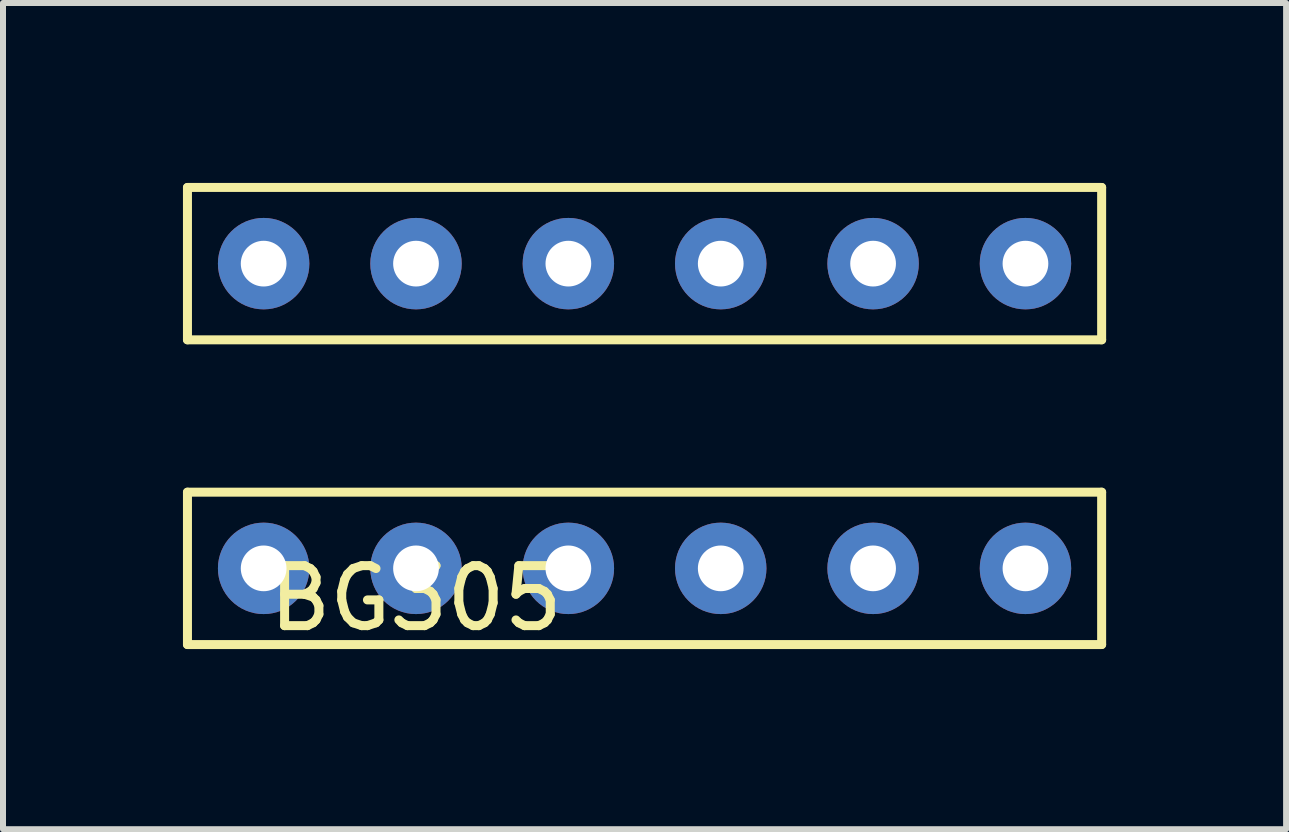
<source format=kicad_pcb>
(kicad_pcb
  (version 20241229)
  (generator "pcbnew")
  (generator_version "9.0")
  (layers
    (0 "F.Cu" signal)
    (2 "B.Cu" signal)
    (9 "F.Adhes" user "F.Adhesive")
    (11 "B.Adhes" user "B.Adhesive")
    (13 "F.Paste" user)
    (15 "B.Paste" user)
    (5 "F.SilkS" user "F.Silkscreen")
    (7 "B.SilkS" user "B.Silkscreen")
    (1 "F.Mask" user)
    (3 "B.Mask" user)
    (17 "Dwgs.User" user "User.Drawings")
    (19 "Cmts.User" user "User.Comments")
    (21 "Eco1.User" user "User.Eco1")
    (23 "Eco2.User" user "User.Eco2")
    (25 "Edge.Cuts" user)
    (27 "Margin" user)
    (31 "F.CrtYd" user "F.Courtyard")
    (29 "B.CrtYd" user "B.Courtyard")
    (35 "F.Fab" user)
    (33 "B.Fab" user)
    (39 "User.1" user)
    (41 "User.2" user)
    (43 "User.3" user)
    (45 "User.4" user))
  (footprint "BG305"
    (layer "F.Cu")
    (at 3.885 6.425)
    (property "Reference" "BG305" (at 0 0.5 0) (layer "F.SilkS") (effects (font (size 1 1) (thickness 0.15))))
    (attr through_hole)
    (fp_line (start -3.81 -6.35) (end 11.43 -6.35) (stroke (width 0.15) (type solid)) (layer "F.SilkS"))
    (fp_line (start -3.81 -3.81) (end -3.81 -6.35) (stroke (width 0.15) (type solid)) (layer "F.SilkS"))
    (fp_line (start -3.81 -1.27) (end 11.43 -1.27) (stroke (width 0.15) (type solid)) (layer "F.SilkS"))
    (fp_line (start -3.81 1.27) (end -3.81 -1.27) (stroke (width 0.15) (type solid)) (layer "F.SilkS"))
    (fp_line (start 11.43 -6.35) (end 11.43 -3.81) (stroke (width 0.15) (type solid)) (layer "F.SilkS"))
    (fp_line (start 11.43 -3.81) (end -3.81 -3.81) (stroke (width 0.15) (type solid)) (layer "F.SilkS"))
    (fp_line (start 11.43 -1.27) (end 11.43 1.27) (stroke (width 0.15) (type solid)) (layer "F.SilkS"))
    (fp_line (start 11.43 1.27) (end -3.81 1.27) (stroke (width 0.15) (type solid)) (layer "F.SilkS"))
    (pad "1" thru_hole circle (at -2.54 -5.08) (size 1.524 1.524) (drill 0.762) (layers "*.Cu" "*.Mask"))
    (pad "1" thru_hole circle (at -2.54 0) (size 1.524 1.524) (drill 0.762) (layers "*.Cu" "*.Mask"))
    (pad "2" thru_hole circle (at 0 -5.08) (size 1.524 1.524) (drill 0.762) (layers "*.Cu" "*.Mask"))
    (pad "2" thru_hole circle (at 0 0) (size 1.524 1.524) (drill 0.762) (layers "*.Cu" "*.Mask"))
    (pad "3" thru_hole circle (at 2.54 -5.08) (size 1.524 1.524) (drill 0.762) (layers "*.Cu" "*.Mask"))
    (pad "3" thru_hole circle (at 2.54 0) (size 1.524 1.524) (drill 0.762) (layers "*.Cu" "*.Mask"))
    (pad "4" thru_hole circle (at 5.08 -5.08) (size 1.524 1.524) (drill 0.762) (layers "*.Cu" "*.Mask"))
    (pad "4" thru_hole circle (at 5.08 0) (size 1.524 1.524) (drill 0.762) (layers "*.Cu" "*.Mask"))
    (pad "5" thru_hole circle (at 7.62 -5.08) (size 1.524 1.524) (drill 0.762) (layers "*.Cu" "*.Mask"))
    (pad "5" thru_hole circle (at 7.62 0) (size 1.524 1.524) (drill 0.762) (layers "*.Cu" "*.Mask"))
    (pad "6" thru_hole circle (at 10.16 -5.08) (size 1.524 1.524) (drill 0.762) (layers "*.Cu" "*.Mask"))
    (pad "6" thru_hole circle (at 10.16 0) (size 1.524 1.524) (drill 0.762) (layers "*.Cu" "*.Mask")))
  (gr_rect
    (start -3 -3)
    (end 18.39 10.773)
    (stroke (width 0.1) (type default))
    (fill no)
    (layer "Edge.Cuts")))
</source>
